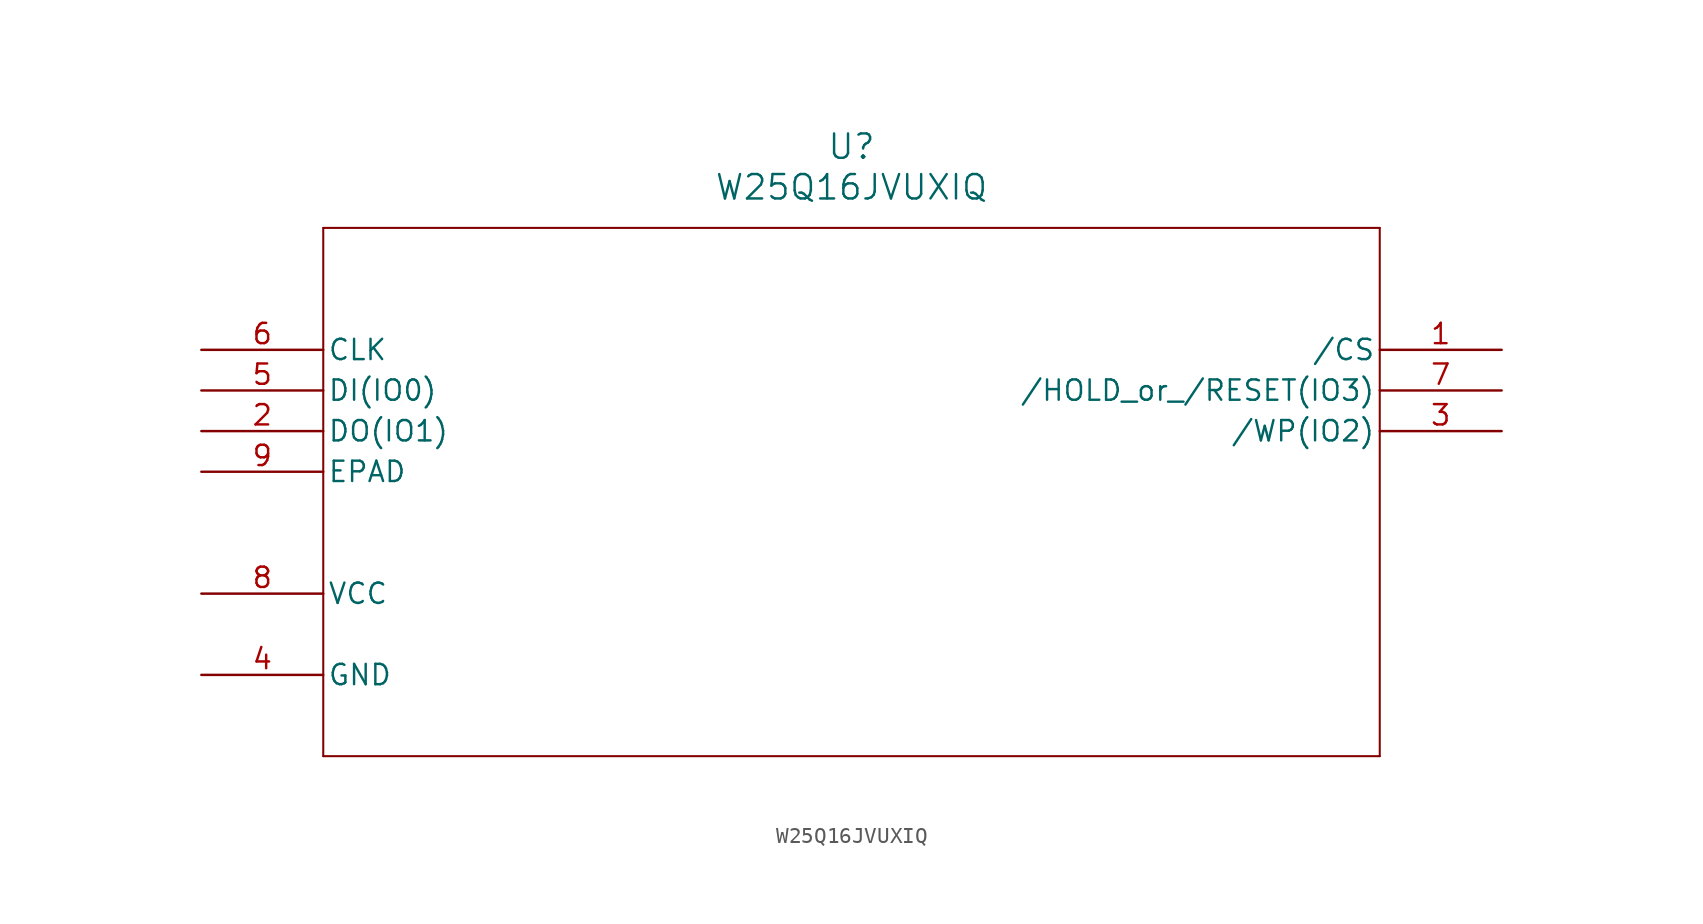
<source format=kicad_sym>
(kicad_symbol_lib
  (version 20211014)
  (generator kicad_symbol_editor)
  (symbol "W25Q16JVUXIQ"
    (pin_names
      (offset 0.254))
    (property "Reference" "U"
      (at 40.64 12.7 0)
      (effects (font (size 1.524 1.524))))
    (property "Value" "W25Q16JVUXIQ"
      (at 40.64 10.16 0)
      (effects (font (size 1.524 1.524))))
    (symbol "W25Q16JVUXIQ_0_1"
      (polyline (pts (xy 7.62 7.62) (xy 7.62 -25.4)) (stroke (width 0.127) (type default) (color 0 0 0 0)) (fill (type none)))
      (polyline (pts (xy 7.62 -25.4) (xy 73.66 -25.4)) (stroke (width 0.127) (type default) (color 0 0 0 0)) (fill (type none)))
      (polyline (pts (xy 73.66 -25.4) (xy 73.66 7.62)) (stroke (width 0.127) (type default) (color 0 0 0 0)) (fill (type none)))
      (polyline (pts (xy 73.66 7.62) (xy 7.62 7.62)) (stroke (width 0.127) (type default) (color 0 0 0 0)) (fill (type none)))
      (pin unspecified line (at 81.28 0 180) (length 7.62) (name "/CS" (effects (font (size 1.27 1.27)))) (number "1" (effects (font (size 1.27 1.27)))))
      (pin unspecified line (at 0 -5.08 0) (length 7.62) (name "DO(IO1)" (effects (font (size 1.27 1.27)))) (number "2" (effects (font (size 1.27 1.27)))))
      (pin unspecified line (at 81.28 -5.08 180) (length 7.62) (name "/WP(IO2)" (effects (font (size 1.27 1.27)))) (number "3" (effects (font (size 1.27 1.27)))))
      (pin unspecified line (at 0 -20.32 0) (length 7.62) (name "GND" (effects (font (size 1.27 1.27)))) (number "4" (effects (font (size 1.27 1.27)))))
      (pin unspecified line (at 0 -2.54 0) (length 7.62) (name "DI(IO0)" (effects (font (size 1.27 1.27)))) (number "5" (effects (font (size 1.27 1.27)))))
      (pin unspecified line (at 0 0 0) (length 7.62) (name "CLK" (effects (font (size 1.27 1.27)))) (number "6" (effects (font (size 1.27 1.27)))))
      (pin unspecified line (at 81.28 -2.54 180) (length 7.62) (name "/HOLD or /RESET(IO3)" (effects (font (size 1.27 1.27)))) (number "7" (effects (font (size 1.27 1.27)))))
      (pin unspecified line (at 0 -15.24 0) (length 7.62) (name "VCC" (effects (font (size 1.27 1.27)))) (number "8" (effects (font (size 1.27 1.27)))))
      (pin unspecified line (at 0 -7.62 0) (length 7.62) (name "EPAD" (effects (font (size 1.27 1.27)))) (number "9" (effects (font (size 1.27 1.27))))))))
</source>
